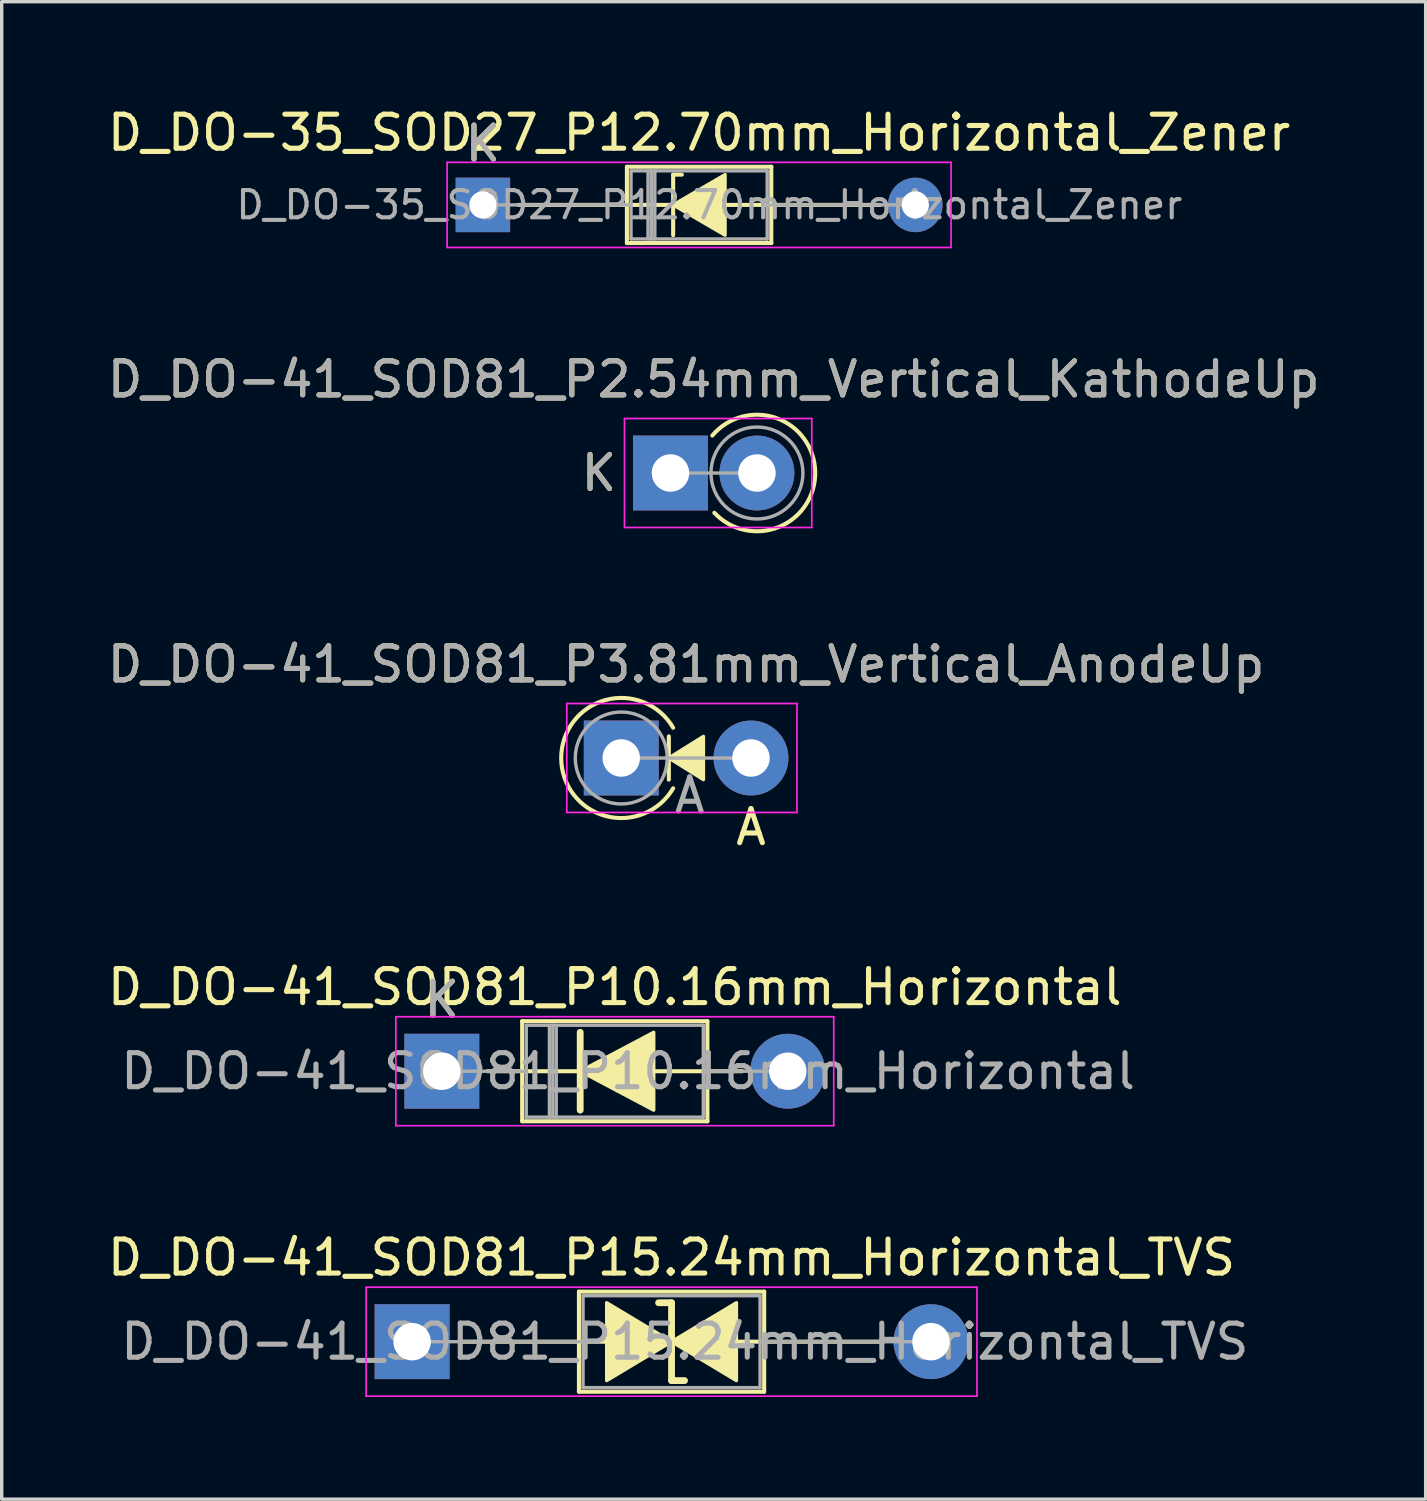
<source format=kicad_pcb>
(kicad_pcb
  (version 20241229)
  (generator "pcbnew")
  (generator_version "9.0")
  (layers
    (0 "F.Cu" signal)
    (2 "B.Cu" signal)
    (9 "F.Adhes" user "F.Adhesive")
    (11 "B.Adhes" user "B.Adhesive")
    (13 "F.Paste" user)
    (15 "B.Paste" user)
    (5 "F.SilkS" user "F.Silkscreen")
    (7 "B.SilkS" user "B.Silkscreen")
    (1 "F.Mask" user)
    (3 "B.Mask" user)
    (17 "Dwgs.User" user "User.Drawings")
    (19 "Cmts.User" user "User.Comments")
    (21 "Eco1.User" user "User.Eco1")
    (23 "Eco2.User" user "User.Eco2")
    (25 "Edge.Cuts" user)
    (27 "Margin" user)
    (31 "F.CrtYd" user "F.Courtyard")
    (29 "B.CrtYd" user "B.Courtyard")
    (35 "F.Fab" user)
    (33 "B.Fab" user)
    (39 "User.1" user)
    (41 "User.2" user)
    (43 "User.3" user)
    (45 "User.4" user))
  (footprint "D_DO-41_SOD81_P2.54mm_Vertical_KathodeUp"
    (layer "F.Cu")
    (at 16.641 10.842)
    (property "Reference" "D_DO-41_SOD81_P2.54mm_Vertical_KathodeUp" (at 1.27 -2.751 0) (layer "F.SilkS") (effects (font (size 1 1) (thickness 0.15))))
    (attr through_hole)
    (fp_arc (start 1.228847 -1.1) (mid 4.250877 -0.044974) (end 1.288449 1.167366) (stroke (width 0.12) (type solid)) (layer "F.SilkS"))
    (fp_line (start -1.35 -1.6) (end -1.35 1.6) (stroke (width 0.05) (type solid)) (layer "F.CrtYd"))
    (fp_line (start -1.35 1.6) (end 4.15 1.6) (stroke (width 0.05) (type solid)) (layer "F.CrtYd"))
    (fp_line (start 4.15 -1.6) (end -1.35 -1.6) (stroke (width 0.05) (type solid)) (layer "F.CrtYd"))
    (fp_line (start 4.15 1.6) (end 4.15 -1.6) (stroke (width 0.05) (type solid)) (layer "F.CrtYd"))
    (fp_line (start 0 0) (end 2.54 0) (stroke (width 0.1) (type solid)) (layer "F.Fab"))
    (fp_circle (center 2.54 0) (end 3.89 0) (stroke (width 0.1) (type solid)) (fill no) (layer "F.Fab"))
    (fp_text user "K" (at -2.1 0 0) (layer "F.SilkS") (effects (font (size 1 1) (thickness 0.15))))
    (fp_text user "${REFERENCE}" (at 1.27 -2.751 0) (layer "F.Fab") (effects (font (size 1 1) (thickness 0.15))))
    (fp_text user "K" (at -2.1 0 0) (layer "F.Fab") (effects (font (size 1 1) (thickness 0.15))))
    (pad "1" thru_hole rect (at 0 0) (size 2.2 2.2) (drill 1.1) (layers "*.Cu" "*.Mask"))
    (pad "2" thru_hole oval (at 2.54 0) (size 2.2 2.2) (drill 1.1) (layers "*.Cu" "*.Mask")))
  (footprint "D_DO-41_SOD81_P3.81mm_Vertical_AnodeUp"
    (layer "F.Cu")
    (at 15.196 19.212)
    (property "Reference" "D_DO-41_SOD81_P3.81mm_Vertical_AnodeUp" (at 1.905 -2.751 0) (layer "F.SilkS") (effects (font (size 1 1) (thickness 0.15))))
    (attr through_hole)
    (fp_line (start 1.397 -0.635) (end 1.397 0.635) (stroke (width 0.12) (type solid)) (layer "F.SilkS"))
    (fp_arc (start 1.523999 0.889) (mid -1.76434 0) (end 1.523999 -0.888999) (stroke (width 0.12) (type solid)) (layer "F.SilkS"))
    (fp_poly (pts (xy 2.413 0.635) (xy 1.397 0) (xy 2.413 -0.635)) (stroke (width 0.1) (type solid)) (fill yes) (layer "F.SilkS"))
    (fp_line (start -1.6 -1.6) (end -1.6 1.6) (stroke (width 0.05) (type solid)) (layer "F.CrtYd"))
    (fp_line (start -1.6 1.6) (end 5.16 1.6) (stroke (width 0.05) (type solid)) (layer "F.CrtYd"))
    (fp_line (start 5.16 -1.6) (end -1.6 -1.6) (stroke (width 0.05) (type solid)) (layer "F.CrtYd"))
    (fp_line (start 5.16 1.6) (end 5.16 -1.6) (stroke (width 0.05) (type solid)) (layer "F.CrtYd"))
    (fp_line (start 0 0) (end 3.81 0) (stroke (width 0.1) (type solid)) (layer "F.Fab"))
    (fp_circle (center 0 0) (end 1.35 0) (stroke (width 0.1) (type solid)) (fill no) (layer "F.Fab"))
    (fp_text user "A" (at 3.81 2.032 0) (layer "F.SilkS") (effects (font (size 1 1) (thickness 0.15))))
    (fp_text user "A" (at 2.01 1.1 0) (layer "F.Fab") (effects (font (size 1 1) (thickness 0.15))))
    (fp_text user "${REFERENCE}" (at 1.905 -2.751 0) (layer "F.Fab") (effects (font (size 1 1) (thickness 0.15))))
    (pad "1" thru_hole rect (at 0 0) (size 2.2 2.2) (drill 1.1) (layers "*.Cu" "*.Mask"))
    (pad "2" thru_hole oval (at 3.81 0) (size 2.2 2.2) (drill 1.1) (layers "*.Cu" "*.Mask")))
  (footprint "D_DO-35_SOD27_P12.70mm_Horizontal_Zener"
    (layer "F.Cu")
    (at 11.132 2.968)
    (property "Reference" "D_DO-35_SOD27_P12.70mm_Horizontal_Zener" (at 6.35 -2.12 0) (layer "F.SilkS") (effects (font (size 1 1) (thickness 0.15))))
    (attr through_hole)
    (fp_line (start 1.04 0) (end 4.23 0) (stroke (width 0.12) (type solid)) (layer "F.SilkS"))
    (fp_line (start 4.23 -1.12) (end 4.23 1.12) (stroke (width 0.12) (type solid)) (layer "F.SilkS"))
    (fp_line (start 4.23 0) (end 5.969 0) (stroke (width 0.12) (type solid)) (layer "F.SilkS"))
    (fp_line (start 4.23 1.12) (end 8.47 1.12) (stroke (width 0.12) (type solid)) (layer "F.SilkS"))
    (fp_line (start 5.588 -0.889) (end 5.588 0.889) (stroke (width 0.12) (type solid)) (layer "F.SilkS"))
    (fp_line (start 5.588 -0.889) (end 5.842 -0.889) (stroke (width 0.12) (type solid)) (layer "F.SilkS"))
    (fp_line (start 8.47 -1.12) (end 4.23 -1.12) (stroke (width 0.12) (type solid)) (layer "F.SilkS"))
    (fp_line (start 8.47 0) (end 7.112 0) (stroke (width 0.12) (type solid)) (layer "F.SilkS"))
    (fp_line (start 8.47 1.12) (end 8.47 -1.12) (stroke (width 0.12) (type solid)) (layer "F.SilkS"))
    (fp_line (start 11.66 0) (end 8.47 0) (stroke (width 0.12) (type solid)) (layer "F.SilkS"))
    (fp_poly (pts (xy 7.112 0.889) (xy 5.588 0) (xy 7.112 -0.889)) (stroke (width 0.1) (type solid)) (fill yes) (layer "F.SilkS"))
    (fp_line (start -1.05 -1.25) (end -1.05 1.25) (stroke (width 0.05) (type solid)) (layer "F.CrtYd"))
    (fp_line (start -1.05 1.25) (end 13.75 1.25) (stroke (width 0.05) (type solid)) (layer "F.CrtYd"))
    (fp_line (start 13.75 -1.25) (end -1.05 -1.25) (stroke (width 0.05) (type solid)) (layer "F.CrtYd"))
    (fp_line (start 13.75 1.25) (end 13.75 -1.25) (stroke (width 0.05) (type solid)) (layer "F.CrtYd"))
    (fp_line (start 0 0) (end 4.35 0) (stroke (width 0.1) (type solid)) (layer "F.Fab"))
    (fp_line (start 4.35 -1) (end 4.35 1) (stroke (width 0.1) (type solid)) (layer "F.Fab"))
    (fp_line (start 4.35 1) (end 8.35 1) (stroke (width 0.1) (type solid)) (layer "F.Fab"))
    (fp_line (start 4.85 -1) (end 4.85 1) (stroke (width 0.1) (type solid)) (layer "F.Fab"))
    (fp_line (start 4.95 -1) (end 4.95 1) (stroke (width 0.1) (type solid)) (layer "F.Fab"))
    (fp_line (start 5.05 -1) (end 5.05 1) (stroke (width 0.1) (type solid)) (layer "F.Fab"))
    (fp_line (start 8.35 -1) (end 4.35 -1) (stroke (width 0.1) (type solid)) (layer "F.Fab"))
    (fp_line (start 8.35 1) (end 8.35 -1) (stroke (width 0.1) (type solid)) (layer "F.Fab"))
    (fp_line (start 12.7 0) (end 8.35 0) (stroke (width 0.1) (type solid)) (layer "F.Fab"))
    (fp_text user "K" (at 0 -1.8 0) (layer "F.SilkS") (effects (font (size 1 1) (thickness 0.15))))
    (fp_text user "${REFERENCE}" (at 6.65 0 0) (layer "F.Fab") (effects (font (size 0.8 0.8) (thickness 0.12))))
    (fp_text user "K" (at 0 -1.8 0) (layer "F.Fab") (effects (font (size 1 1) (thickness 0.15))))
    (pad "1" thru_hole rect (at 0 0) (size 1.6 1.6) (drill 0.8) (layers "*.Cu" "*.Mask"))
    (pad "2" thru_hole oval (at 12.7 0) (size 1.6 1.6) (drill 0.8) (layers "*.Cu" "*.Mask")))
  (footprint "D_DO-41_SOD81_P15.24mm_Horizontal_TVS"
    (layer "F.Cu")
    (at 9.053 36.354)
    (property "Reference" "D_DO-41_SOD81_P15.24mm_Horizontal_TVS" (at 7.62 -2.47 0) (layer "F.SilkS") (effects (font (size 1 1) (thickness 0.15))))
    (attr through_hole)
    (fp_line (start 1.397 0) (end 4.9 0) (stroke (width 0.12) (type solid)) (layer "F.SilkS"))
    (fp_line (start 4.9 -1.47) (end 4.9 1.47) (stroke (width 0.12) (type solid)) (layer "F.SilkS"))
    (fp_line (start 4.9 0) (end 5.715 0) (stroke (width 0.12) (type solid)) (layer "F.SilkS"))
    (fp_line (start 4.9 1.47) (end 10.34 1.47) (stroke (width 0.12) (type solid)) (layer "F.SilkS"))
    (fp_line (start 7.62 -1.143) (end 7.239 -1.143) (stroke (width 0.2) (type solid)) (layer "F.SilkS"))
    (fp_line (start 7.62 1.143) (end 7.62 -1.143) (stroke (width 0.2) (type solid)) (layer "F.SilkS"))
    (fp_line (start 8.001 1.143) (end 7.62 1.143) (stroke (width 0.2) (type solid)) (layer "F.SilkS"))
    (fp_line (start 9.525 0) (end 10.34 0) (stroke (width 0.12) (type solid)) (layer "F.SilkS"))
    (fp_line (start 10.34 -1.47) (end 4.9 -1.47) (stroke (width 0.12) (type solid)) (layer "F.SilkS"))
    (fp_line (start 10.34 1.47) (end 10.34 -1.47) (stroke (width 0.12) (type solid)) (layer "F.SilkS"))
    (fp_line (start 13.843 0) (end 10.34 0) (stroke (width 0.12) (type solid)) (layer "F.SilkS"))
    (fp_poly (pts (xy 7.62 0) (xy 5.715 1.143) (xy 5.715 -1.143)) (stroke (width 0.1) (type solid)) (fill yes) (layer "F.SilkS"))
    (fp_poly (pts (xy 7.62 0) (xy 9.525 -1.143) (xy 9.525 1.143)) (stroke (width 0.1) (type solid)) (fill yes) (layer "F.SilkS"))
    (fp_line (start -1.35 -1.6) (end -1.35 1.6) (stroke (width 0.05) (type solid)) (layer "F.CrtYd"))
    (fp_line (start -1.35 1.6) (end 16.59 1.6) (stroke (width 0.05) (type solid)) (layer "F.CrtYd"))
    (fp_line (start 16.59 -1.6) (end -1.35 -1.6) (stroke (width 0.05) (type solid)) (layer "F.CrtYd"))
    (fp_line (start 16.59 1.6) (end 16.59 -1.6) (stroke (width 0.05) (type solid)) (layer "F.CrtYd"))
    (fp_line (start 0 0) (end 5.02 0) (stroke (width 0.1) (type solid)) (layer "F.Fab"))
    (fp_line (start 5.02 -1.35) (end 5.02 1.35) (stroke (width 0.1) (type solid)) (layer "F.Fab"))
    (fp_line (start 5.02 1.35) (end 10.22 1.35) (stroke (width 0.1) (type solid)) (layer "F.Fab"))
    (fp_line (start 10.22 -1.35) (end 5.02 -1.35) (stroke (width 0.1) (type solid)) (layer "F.Fab"))
    (fp_line (start 10.22 1.35) (end 10.22 -1.35) (stroke (width 0.1) (type solid)) (layer "F.Fab"))
    (fp_line (start 15.24 0) (end 10.22 0) (stroke (width 0.1) (type solid)) (layer "F.Fab"))
    (fp_text user "${REFERENCE}" (at 8.01 0 0) (layer "F.Fab") (effects (font (size 1 1) (thickness 0.15))))
    (pad "1" thru_hole rect (at 0 0) (size 2.2 2.2) (drill 1.1) (layers "*.Cu" "*.Mask"))
    (pad "2" thru_hole oval (at 15.24 0) (size 2.2 2.2) (drill 1.1) (layers "*.Cu" "*.Mask")))
  (footprint "D_DO-41_SOD81_P10.16mm_Horizontal"
    (layer "F.Cu")
    (at 9.926 28.411)
    (property "Reference" "D_DO-41_SOD81_P10.16mm_Horizontal" (at 5.08 -2.47 0) (layer "F.SilkS") (effects (font (size 1 1) (thickness 0.15))))
    (attr through_hole)
    (fp_line (start 1.34 0) (end 2.36 0) (stroke (width 0.12) (type solid)) (layer "F.SilkS"))
    (fp_line (start 2.36 -1.47) (end 2.36 1.47) (stroke (width 0.12) (type solid)) (layer "F.SilkS"))
    (fp_line (start 2.36 1.47) (end 7.8 1.47) (stroke (width 0.12) (type solid)) (layer "F.SilkS"))
    (fp_line (start 4.064 -1.143) (end 4.064 1.143) (stroke (width 0.2) (type solid)) (layer "F.SilkS"))
    (fp_line (start 4.064 0) (end 2.36 0) (stroke (width 0.12) (type solid)) (layer "F.SilkS"))
    (fp_line (start 6.223 0) (end 7.8 0) (stroke (width 0.12) (type solid)) (layer "F.SilkS"))
    (fp_line (start 7.8 -1.47) (end 2.36 -1.47) (stroke (width 0.12) (type solid)) (layer "F.SilkS"))
    (fp_line (start 7.8 1.47) (end 7.8 -1.47) (stroke (width 0.12) (type solid)) (layer "F.SilkS"))
    (fp_line (start 8.82 0) (end 7.8 0) (stroke (width 0.12) (type solid)) (layer "F.SilkS"))
    (fp_poly (pts (xy 6.223 1.143) (xy 4.064 0) (xy 6.223 -1.143)) (stroke (width 0.1) (type solid)) (fill yes) (layer "F.SilkS"))
    (fp_line (start -1.35 -1.6) (end -1.35 1.6) (stroke (width 0.05) (type solid)) (layer "F.CrtYd"))
    (fp_line (start -1.35 1.6) (end 11.51 1.6) (stroke (width 0.05) (type solid)) (layer "F.CrtYd"))
    (fp_line (start 11.51 -1.6) (end -1.35 -1.6) (stroke (width 0.05) (type solid)) (layer "F.CrtYd"))
    (fp_line (start 11.51 1.6) (end 11.51 -1.6) (stroke (width 0.05) (type solid)) (layer "F.CrtYd"))
    (fp_line (start 0 0) (end 2.48 0) (stroke (width 0.1) (type solid)) (layer "F.Fab"))
    (fp_line (start 2.48 -1.35) (end 2.48 1.35) (stroke (width 0.1) (type solid)) (layer "F.Fab"))
    (fp_line (start 2.48 1.35) (end 7.68 1.35) (stroke (width 0.1) (type solid)) (layer "F.Fab"))
    (fp_line (start 3.16 -1.35) (end 3.16 1.35) (stroke (width 0.1) (type solid)) (layer "F.Fab"))
    (fp_line (start 3.26 -1.35) (end 3.26 1.35) (stroke (width 0.1) (type solid)) (layer "F.Fab"))
    (fp_line (start 3.36 -1.35) (end 3.36 1.35) (stroke (width 0.1) (type solid)) (layer "F.Fab"))
    (fp_line (start 7.68 -1.35) (end 2.48 -1.35) (stroke (width 0.1) (type solid)) (layer "F.Fab"))
    (fp_line (start 7.68 1.35) (end 7.68 -1.35) (stroke (width 0.1) (type solid)) (layer "F.Fab"))
    (fp_line (start 10.16 0) (end 7.68 0) (stroke (width 0.1) (type solid)) (layer "F.Fab"))
    (fp_text user "K" (at 0 -2.1 0) (layer "F.SilkS") (effects (font (size 1 1) (thickness 0.15))))
    (fp_text user "K" (at 0 -2.1 0) (layer "F.Fab") (effects (font (size 1 1) (thickness 0.15))))
    (fp_text user "${REFERENCE}" (at 5.47 0 0) (layer "F.Fab") (effects (font (size 1 1) (thickness 0.15))))
    (pad "1" thru_hole rect (at 0 0) (size 2.2 2.2) (drill 1.1) (layers "*.Cu" "*.Mask"))
    (pad "2" thru_hole oval (at 10.16 0) (size 2.2 2.2) (drill 1.1) (layers "*.Cu" "*.Mask")))
  (gr_rect
    (start -3 -3)
    (end 38.821 40.979)
    (stroke (width 0.1) (type default))
    (fill no)
    (layer "Edge.Cuts")))
</source>
